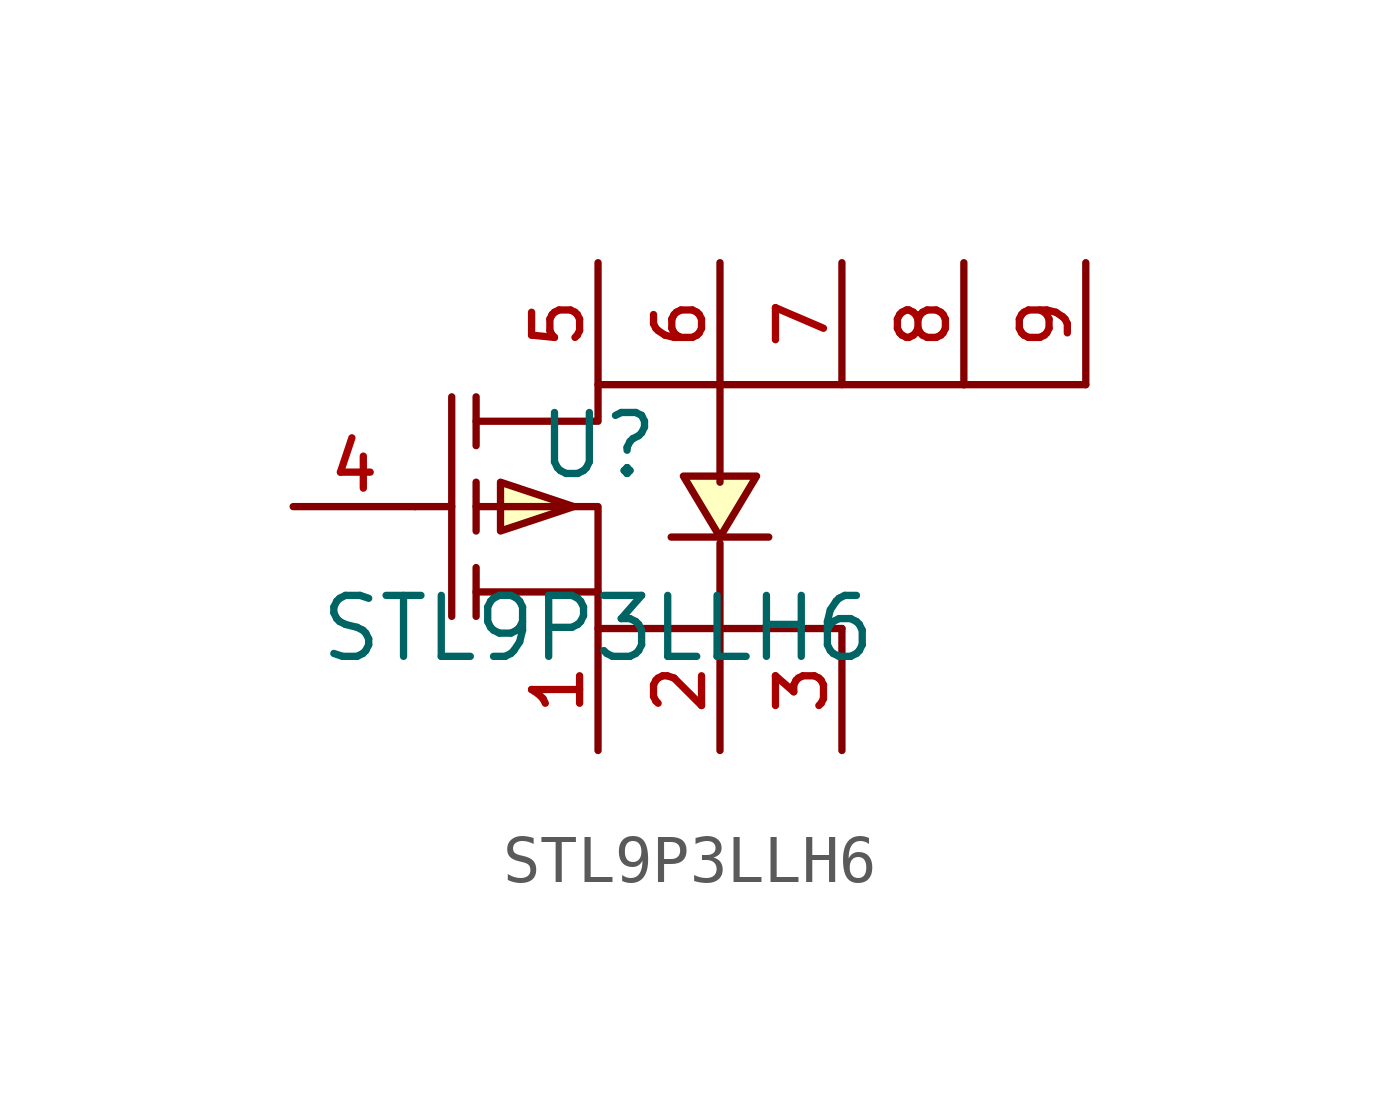
<source format=kicad_sym>
(kicad_symbol_lib
  (version 20210201)
  (generator TousstNicolas/JLC2KiCad_lib)
  (symbol "STL9P3LLH6"
    (pin_names hide)
    (property "Reference" "U"
      (at 0 1.27 0)
      (effects (font (size 1.27 1.27))))
    (property "Value" "STL9P3LLH6"
      (at 0 -2.54 0)
      (effects (font (size 1.27 1.27))))
    (symbol "STL9P3LLH6_0_1"
      (polyline (pts (xy -2.54 1.778) (xy 0.0 1.778) (xy 0.0 2.54) (xy 2.54 2.54) (xy 2.54 0.508)) (stroke (width 0) (type default) (color 0 0 0 0)) (fill (type none)))
      (polyline (pts (xy -2.54 -0.0) (xy 0.0 -0.0) (xy 0.0 -2.54) (xy 2.54 -2.54) (xy 2.54 -0.762)) (stroke (width 0) (type default) (color 0 0 0 0)) (fill (type none)))
      (polyline (pts (xy 0.0 -1.778) (xy -2.54 -1.778)) (stroke (width 0) (type default) (color 0 0 0 0)) (fill (type none)))
      (polyline (pts (xy -3.048 2.286) (xy -3.048 -2.286)) (stroke (width 0) (type default) (color 0 0 0 0)) (fill (type none)))
      (polyline (pts (xy -2.54 2.286) (xy -2.54 1.27)) (stroke (width 0) (type default) (color 0 0 0 0)) (fill (type none)))
      (polyline (pts (xy -2.54 -0.508) (xy -2.54 0.508)) (stroke (width 0) (type default) (color 0 0 0 0)) (fill (type none)))
      (polyline (pts (xy -2.54 -2.286) (xy -2.54 -1.27)) (stroke (width 0) (type default) (color 0 0 0 0)) (fill (type none)))
      (polyline (pts (xy -3.81 -0.0) (xy -3.048 -0.0)) (stroke (width 0) (type default) (color 0 0 0 0)) (fill (type none)))
      (pin unspecified line (at 0.0 5.08 270) (length 2.54) (name "D" (effects (font (size 1 1)))) (number "5" (effects (font (size 1 1)))))
      (pin unspecified line (at -6.35 -0.0 0) (length 2.54) (name "G" (effects (font (size 1 1)))) (number "4" (effects (font (size 1 1)))))
      (pin unspecified line (at 0.0 -5.08 90) (length 2.54) (name "S" (effects (font (size 1 1)))) (number "1" (effects (font (size 1 1)))))
      (polyline (pts (xy -0.508 -0.0) (xy -2.032 0.508) (xy -2.032 -0.508) (xy -0.508 -0.0)) (stroke (width 0) (type default) (color 0 0 0 0)) (fill (type background)))
      (polyline (pts (xy 2.54 -0.635) (xy 3.302 0.635) (xy 1.778 0.635) (xy 2.54 -0.635)) (stroke (width 0) (type default) (color 0 0 0 0)) (fill (type background)))
      (polyline (pts (xy 1.524 -0.635) (xy 2.032 -0.635) (xy 3.048 -0.635) (xy 3.556 -0.635)) (stroke (width 0) (type default) (color 0 0 0 0)) (fill (type none)))
      (pin unspecified line (at 2.54 -5.08 90) (length 2.54) (name "S" (effects (font (size 1 1)))) (number "2" (effects (font (size 1 1)))))
      (pin unspecified line (at 5.08 -5.08 90) (length 2.54) (name "S" (effects (font (size 1 1)))) (number "3" (effects (font (size 1 1)))))
      (pin unspecified line (at 2.54 5.08 270) (length 2.54) (name "D" (effects (font (size 1 1)))) (number "6" (effects (font (size 1 1)))))
      (pin unspecified line (at 5.08 5.08 270) (length 2.54) (name "D" (effects (font (size 1 1)))) (number "7" (effects (font (size 1 1)))))
      (pin unspecified line (at 7.62 5.08 270) (length 2.54) (name "D" (effects (font (size 1 1)))) (number "8" (effects (font (size 1 1)))))
      (polyline (pts (xy 2.54 2.54) (xy 7.62 2.54)) (stroke (width 0) (type default) (color 0 0 0 0)) (fill (type none)))
      (polyline (pts (xy 5.08 -2.54) (xy 2.54 -2.54)) (stroke (width 0) (type default) (color 0 0 0 0)) (fill (type none)))
      (pin unspecified line (at 10.16 5.08 270) (length 2.54) (name "D" (effects (font (size 1 1)))) (number "9" (effects (font (size 1 1)))))
      (polyline (pts (xy 7.62 2.54) (xy 10.16 2.54)) (stroke (width 0) (type default) (color 0 0 0 0)) (fill (type none))))))
</source>
